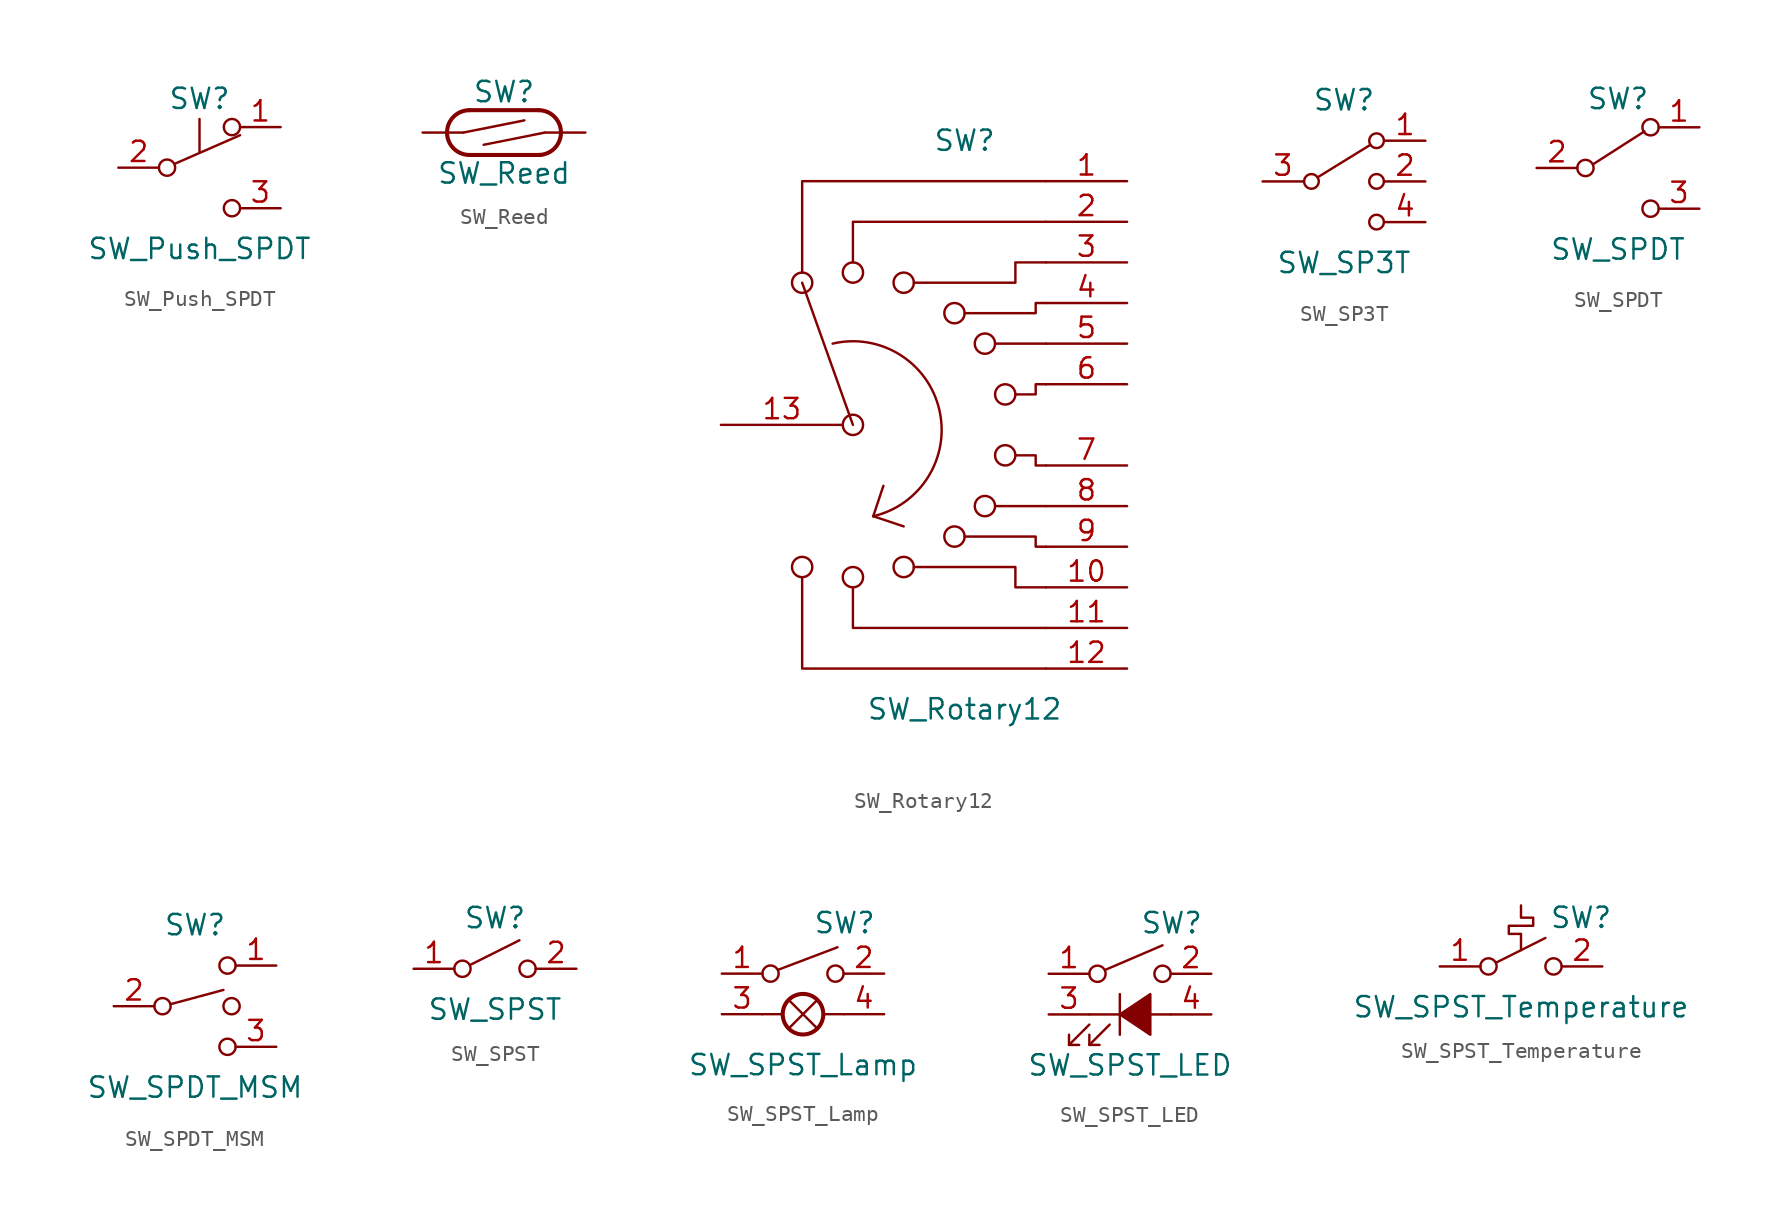
<source format=kicad_sym>
(kicad_symbol_lib
  (version 20201005)
  (generator kicad_symbol_editor)
  (symbol "SW_Push_SPDT"
    (pin_names
      (offset 0) hide)
    (property "Reference" "SW"
      (at 0 4.318 0)
      (effects (font (size 1.27 1.27))))
    (property "Value" "SW_Push_SPDT"
      (at 0 -5.08 0)
      (effects (font (size 1.27 1.27))))
    (symbol "SW_Push_SPDT_0_0"
      (circle (center -2.032 0) (radius 0.508) (stroke (width 0)) (fill (type none)))
      (circle (center 2.032 -2.54) (radius 0.508) (stroke (width 0)) (fill (type none)))
      (polyline (pts (xy 0 1.016) (xy 0 3.048)) (stroke (width 0)) (fill (type none))))
    (symbol "SW_Push_SPDT_0_1"
      (circle (center 2.032 2.54) (radius 0.508) (stroke (width 0)) (fill (type none)))
      (polyline (pts (xy -1.524 0.254) (xy 2.54 2.032)) (stroke (width 0)) (fill (type none))))
    (symbol "SW_Push_SPDT_1_1"
      (pin passive line (at 5.08 2.54 180) (length 2.54) (name "A" (effects (font (size 1.27 1.27)))) (number "1" (effects (font (size 1.27 1.27)))))
      (pin passive line (at -5.08 0 0) (length 2.54) (name "B" (effects (font (size 1.27 1.27)))) (number "2" (effects (font (size 1.27 1.27)))))
      (pin passive line (at 5.08 -2.54 180) (length 2.54) (name "C" (effects (font (size 1.27 1.27)))) (number "3" (effects (font (size 1.27 1.27)))))))
  (symbol "SW_Reed"
    (pin_numbers hide)
    (pin_names
      (offset 0) hide)
    (property "Reference" "SW"
      (at 0 2.54 0)
      (effects (font (size 1.27 1.27))))
    (property "Value" "SW_Reed"
      (at 0 -2.54 0)
      (effects (font (size 1.27 1.27))))
    (symbol "SW_Reed_0_0"
      (arc (start -2.159 1.397) (end -2.159 -1.397) (radius (at -2.159 0) (length 1.397) (angles 90.1 -90.1)) (stroke (width 0.254)) (fill (type none)))
      (arc (start 2.159 -1.397) (end 2.159 1.397) (radius (at 2.159 0) (length 1.397) (angles -89.9 89.9)) (stroke (width 0.254)) (fill (type none)))
      (polyline (pts (xy -2.54 0) (xy 1.27 0.762)) (stroke (width 0)) (fill (type none)))
      (polyline (pts (xy -2.159 -1.397) (xy 2.286 -1.397)) (stroke (width 0.254)) (fill (type none)))
      (polyline (pts (xy 2.159 1.397) (xy -2.159 1.397)) (stroke (width 0.254)) (fill (type none)))
      (polyline (pts (xy 2.54 0) (xy -1.27 -0.762)) (stroke (width 0)) (fill (type none))))
    (symbol "SW_Reed_1_1"
      (pin passive line (at -5.08 0 0) (length 2.54) (name "1" (effects (font (size 1.27 1.27)))) (number "1" (effects (font (size 1.27 1.27)))))
      (pin passive line (at 5.08 0 180) (length 2.54) (name "2" (effects (font (size 1.27 1.27)))) (number "2" (effects (font (size 1.27 1.27)))))))
  (symbol "SW_Rotary12"
    (pin_names
      (offset 1.016) hide)
    (property "Reference" "SW"
      (at 0 17.78 0)
      (effects (font (size 1.27 1.27))))
    (property "Value" "SW_Rotary12"
      (at 0 -17.78 0)
      (effects (font (size 1.27 1.27))))
    (symbol "SW_Rotary12_0_0"
      (arc (start -5.715 -5.715) (end -8.255 5.08) (radius (at -6.985 -0.3302) (length 5.5372) (angles -76.7 103.2)) (stroke (width 0)) (fill (type none)))
      (circle (center -10.16 -8.89) (radius 0.635) (stroke (width 0)) (fill (type none)))
      (circle (center -10.16 8.89) (radius 0.635) (stroke (width 0)) (fill (type none)))
      (circle (center -6.985 -9.525) (radius 0.635) (stroke (width 0)) (fill (type none)))
      (circle (center -6.985 0) (radius 0.635) (stroke (width 0)) (fill (type none)))
      (circle (center -6.985 9.525) (radius 0.635) (stroke (width 0)) (fill (type none)))
      (circle (center -3.81 -8.89) (radius 0.635) (stroke (width 0)) (fill (type none)))
      (circle (center -3.81 8.89) (radius 0.635) (stroke (width 0)) (fill (type none)))
      (circle (center -0.635 -6.985) (radius 0.635) (stroke (width 0)) (fill (type none)))
      (circle (center -0.635 6.985) (radius 0.635) (stroke (width 0)) (fill (type none)))
      (circle (center 1.27 -5.08) (radius 0.635) (stroke (width 0)) (fill (type none)))
      (circle (center 1.27 5.08) (radius 0.635) (stroke (width 0)) (fill (type none)))
      (circle (center 2.54 -1.905) (radius 0.635) (stroke (width 0)) (fill (type none)))
      (circle (center 2.54 1.905) (radius 0.635) (stroke (width 0)) (fill (type none)))
      (polyline (pts (xy -6.985 0) (xy -10.16 8.89)) (stroke (width 0)) (fill (type none)))
      (polyline (pts (xy -5.715 -5.715) (xy -5.08 -3.81)) (stroke (width 0)) (fill (type none)))
      (polyline (pts (xy -5.715 -5.715) (xy -3.81 -6.35)) (stroke (width 0)) (fill (type none)))
      (polyline (pts (xy 1.905 -5.08) (xy 5.08 -5.08)) (stroke (width 0)) (fill (type none)))
      (polyline (pts (xy 1.905 5.08) (xy 5.08 5.08)) (stroke (width 0)) (fill (type none)))
      (polyline (pts (xy -10.16 -9.525) (xy -10.16 -15.24) (xy 5.08 -15.24)) (stroke (width 0)) (fill (type none)))
      (polyline (pts (xy -10.16 9.525) (xy -10.16 15.24) (xy 5.08 15.24)) (stroke (width 0)) (fill (type none)))
      (polyline (pts (xy -6.985 -10.16) (xy -6.985 -12.7) (xy 5.08 -12.7)) (stroke (width 0)) (fill (type none)))
      (polyline (pts (xy -6.985 10.16) (xy -6.985 12.7) (xy 5.08 12.7)) (stroke (width 0)) (fill (type none)))
      (polyline (pts (xy -3.175 -8.89) (xy 3.175 -8.89) (xy 3.175 -10.16) (xy 5.08 -10.16)) (stroke (width 0)) (fill (type none)))
      (polyline (pts (xy -3.175 8.89) (xy 3.175 8.89) (xy 3.175 10.16) (xy 5.08 10.16)) (stroke (width 0)) (fill (type none)))
      (polyline (pts (xy 0 -6.985) (xy 4.445 -6.985) (xy 4.445 -7.62) (xy 5.08 -7.62)) (stroke (width 0)) (fill (type none)))
      (polyline (pts (xy 0 6.985) (xy 4.445 6.985) (xy 4.445 7.62) (xy 5.08 7.62)) (stroke (width 0)) (fill (type none)))
      (polyline (pts (xy 3.175 -1.905) (xy 4.445 -1.905) (xy 4.445 -2.54) (xy 5.08 -2.54)) (stroke (width 0)) (fill (type none)))
      (polyline (pts (xy 3.175 1.905) (xy 4.445 1.905) (xy 4.445 2.54) (xy 5.08 2.54)) (stroke (width 0)) (fill (type none))))
    (symbol "SW_Rotary12_0_1"
      (pin passive line (at 10.16 15.24 180) (length 5.08) (name "1" (effects (font (size 1.27 1.27)))) (number "1" (effects (font (size 1.27 1.27)))))
      (pin passive line (at 10.16 -10.16 180) (length 5.08) (name "10" (effects (font (size 1.27 1.27)))) (number "10" (effects (font (size 1.27 1.27)))))
      (pin passive line (at 10.16 -12.7 180) (length 5.08) (name "11" (effects (font (size 1.27 1.27)))) (number "11" (effects (font (size 1.27 1.27)))))
      (pin passive line (at 10.16 -15.24 180) (length 5.08) (name "12" (effects (font (size 1.27 1.27)))) (number "12" (effects (font (size 1.27 1.27)))))
      (pin passive line (at -15.24 0 0) (length 7.62) (name "13" (effects (font (size 1.27 1.27)))) (number "13" (effects (font (size 1.27 1.27)))))
      (pin passive line (at 10.16 12.7 180) (length 5.08) (name "2" (effects (font (size 1.27 1.27)))) (number "2" (effects (font (size 1.27 1.27)))))
      (pin passive line (at 10.16 10.16 180) (length 5.08) (name "3" (effects (font (size 1.27 1.27)))) (number "3" (effects (font (size 1.27 1.27)))))
      (pin passive line (at 10.16 7.62 180) (length 5.08) (name "4" (effects (font (size 1.27 1.27)))) (number "4" (effects (font (size 1.27 1.27)))))
      (pin passive line (at 10.16 5.08 180) (length 5.08) (name "5" (effects (font (size 1.27 1.27)))) (number "5" (effects (font (size 1.27 1.27)))))
      (pin passive line (at 10.16 2.54 180) (length 5.08) (name "6" (effects (font (size 1.27 1.27)))) (number "6" (effects (font (size 1.27 1.27)))))
      (pin passive line (at 10.16 -2.54 180) (length 5.08) (name "7" (effects (font (size 1.27 1.27)))) (number "7" (effects (font (size 1.27 1.27)))))
      (pin passive line (at 10.16 -5.08 180) (length 5.08) (name "8" (effects (font (size 1.27 1.27)))) (number "8" (effects (font (size 1.27 1.27)))))
      (pin passive line (at 10.16 -7.62 180) (length 5.08) (name "9" (effects (font (size 1.27 1.27)))) (number "9" (effects (font (size 1.27 1.27)))))))
  (symbol "SW_SP3T"
    (pin_names
      (offset 0) hide)
    (property "Reference" "SW"
      (at 0 5.08 0)
      (effects (font (size 1.27 1.27))))
    (property "Value" "SW_SP3T"
      (at 0 -5.08 0)
      (effects (font (size 1.27 1.27))))
    (symbol "SW_SP3T_0_1"
      (circle (center -2.032 0) (radius 0.457) (stroke (width 0)) (fill (type none)))
      (circle (center 2.032 -2.54) (radius 0.457) (stroke (width 0)) (fill (type none)))
      (circle (center 2.032 0) (radius 0.457) (stroke (width 0)) (fill (type none)))
      (circle (center 2.032 2.54) (radius 0.457) (stroke (width 0)) (fill (type none)))
      (polyline (pts (xy -1.651 0.254) (xy 1.651 2.286)) (stroke (width 0)) (fill (type none))))
    (symbol "SW_SP3T_1_1"
      (pin passive line (at 5.08 2.54 180) (length 2.54) (name "1" (effects (font (size 1.27 1.27)))) (number "1" (effects (font (size 1.27 1.27)))))
      (pin passive line (at 5.08 0 180) (length 2.54) (name "2" (effects (font (size 1.27 1.27)))) (number "2" (effects (font (size 1.27 1.27)))))
      (pin passive line (at -5.08 0 0) (length 2.54) (name "3" (effects (font (size 1.27 1.27)))) (number "3" (effects (font (size 1.27 1.27)))))
      (pin passive line (at 5.08 -2.54 180) (length 2.54) (name "4" (effects (font (size 1.27 1.27)))) (number "4" (effects (font (size 1.27 1.27)))))))
  (symbol "SW_SPDT"
    (pin_names
      (offset 0) hide)
    (property "Reference" "SW"
      (at 0 4.318 0)
      (effects (font (size 1.27 1.27))))
    (property "Value" "SW_SPDT"
      (at 0 -5.08 0)
      (effects (font (size 1.27 1.27))))
    (symbol "SW_SPDT_0_0"
      (circle (center -2.032 0) (radius 0.508) (stroke (width 0)) (fill (type none)))
      (circle (center 2.032 -2.54) (radius 0.508) (stroke (width 0)) (fill (type none))))
    (symbol "SW_SPDT_0_1"
      (circle (center 2.032 2.54) (radius 0.508) (stroke (width 0)) (fill (type none)))
      (polyline (pts (xy -1.524 0.254) (xy 1.651 2.286)) (stroke (width 0)) (fill (type none))))
    (symbol "SW_SPDT_1_1"
      (pin passive line (at 5.08 2.54 180) (length 2.54) (name "A" (effects (font (size 1.27 1.27)))) (number "1" (effects (font (size 1.27 1.27)))))
      (pin passive line (at -5.08 0 0) (length 2.54) (name "B" (effects (font (size 1.27 1.27)))) (number "2" (effects (font (size 1.27 1.27)))))
      (pin passive line (at 5.08 -2.54 180) (length 2.54) (name "C" (effects (font (size 1.27 1.27)))) (number "3" (effects (font (size 1.27 1.27)))))))
  (symbol "SW_SPDT_MSM"
    (pin_names
      (offset 0) hide)
    (property "Reference" "SW"
      (at 0 5.08 0)
      (effects (font (size 1.27 1.27))))
    (property "Value" "SW_SPDT_MSM"
      (at 0 -5.08 0)
      (effects (font (size 1.27 1.27))))
    (symbol "SW_SPDT_MSM_0_0"
      (circle (center -2.032 0) (radius 0.508) (stroke (width 0)) (fill (type none)))
      (circle (center 2.032 -2.54) (radius 0.508) (stroke (width 0)) (fill (type none)))
      (polyline (pts (xy -1.524 0.127) (xy 1.778 1.016)) (stroke (width 0)) (fill (type none))))
    (symbol "SW_SPDT_MSM_0_1"
      (circle (center 2.032 2.54) (radius 0.508) (stroke (width 0)) (fill (type none)))
      (circle (center 2.286 0) (radius 0.508) (stroke (width 0)) (fill (type none))))
    (symbol "SW_SPDT_MSM_1_1"
      (pin passive line (at 5.08 2.54 180) (length 2.54) (name "1" (effects (font (size 1.27 1.27)))) (number "1" (effects (font (size 1.27 1.27)))))
      (pin passive line (at -5.08 0 0) (length 2.54) (name "2" (effects (font (size 1.27 1.27)))) (number "2" (effects (font (size 1.27 1.27)))))
      (pin passive line (at 5.08 -2.54 180) (length 2.54) (name "3" (effects (font (size 1.27 1.27)))) (number "3" (effects (font (size 1.27 1.27)))))))
  (symbol "SW_SPST"
    (pin_names
      (offset 0) hide)
    (property "Reference" "SW"
      (at 0 3.175 0)
      (effects (font (size 1.27 1.27))))
    (property "Value" "SW_SPST"
      (at 0 -2.54 0)
      (effects (font (size 1.27 1.27))))
    (symbol "SW_SPST_0_0"
      (circle (center -2.032 0) (radius 0.508) (stroke (width 0)) (fill (type none)))
      (circle (center 2.032 0) (radius 0.508) (stroke (width 0)) (fill (type none)))
      (polyline (pts (xy -1.524 0.254) (xy 1.524 1.778)) (stroke (width 0)) (fill (type none))))
    (symbol "SW_SPST_1_1"
      (pin passive line (at -5.08 0 0) (length 2.54) (name "A" (effects (font (size 1.27 1.27)))) (number "1" (effects (font (size 1.27 1.27)))))
      (pin passive line (at 5.08 0 180) (length 2.54) (name "B" (effects (font (size 1.27 1.27)))) (number "2" (effects (font (size 1.27 1.27)))))))
  (symbol "SW_SPST_Lamp"
    (pin_names
      (offset 1.016) hide)
    (property "Reference" "SW"
      (at 0.635 5.715 0)
      (effects (font (size 1.27 1.27)) (justify left)))
    (property "Value" "SW_SPST_Lamp"
      (at 0 -3.175 0)
      (effects (font (size 1.27 1.27))))
    (symbol "SW_SPST_Lamp_0_1"
      (circle (center -2.032 2.54) (radius 0.508) (stroke (width 0)) (fill (type none)))
      (circle (center 0 0) (radius 1.27) (stroke (width 0.254)) (fill (type none)))
      (circle (center 2.032 2.54) (radius 0.508) (stroke (width 0)) (fill (type none)))
      (polyline (pts (xy -2.54 0) (xy -1.27 0)) (stroke (width 0)) (fill (type none)))
      (polyline (pts (xy -1.524 2.794) (xy 2.159 4.191)) (stroke (width 0)) (fill (type none)))
      (polyline (pts (xy -0.889 -0.889) (xy 0.889 0.889)) (stroke (width 0)) (fill (type none)))
      (polyline (pts (xy 0.889 -0.889) (xy -0.889 0.889)) (stroke (width 0)) (fill (type none)))
      (polyline (pts (xy 2.54 0) (xy 1.27 0)) (stroke (width 0)) (fill (type none)))
      (pin passive line (at -5.08 2.54 0) (length 2.54) (name "1" (effects (font (size 1.27 1.27)))) (number "1" (effects (font (size 1.27 1.27)))))
      (pin passive line (at 5.08 2.54 180) (length 2.54) (name "2" (effects (font (size 1.27 1.27)))) (number "2" (effects (font (size 1.27 1.27)))))
      (pin passive line (at -5.08 0 0) (length 2.54) (name "L" (effects (font (size 1.27 1.27)))) (number "3" (effects (font (size 1.27 1.27)))))
      (pin passive line (at 5.08 0 180) (length 2.54) (name "L" (effects (font (size 1.27 1.27)))) (number "4" (effects (font (size 1.27 1.27)))))))
  (symbol "SW_SPST_LED"
    (pin_names
      (offset 1.016) hide)
    (property "Reference" "SW"
      (at 0.635 5.715 0)
      (effects (font (size 1.27 1.27)) (justify left)))
    (property "Value" "SW_SPST_LED"
      (at 0 -3.175 0)
      (effects (font (size 1.27 1.27))))
    (symbol "SW_SPST_LED_0_0"
      (polyline (pts (xy -3.81 -1.905) (xy -2.54 -0.635)) (stroke (width 0)) (fill (type none)))
      (polyline (pts (xy -2.54 -1.905) (xy -1.27 -0.635)) (stroke (width 0)) (fill (type none)))
      (polyline (pts (xy -2.54 0) (xy 2.54 0)) (stroke (width 0)) (fill (type none)))
      (polyline (pts (xy -0.635 1.27) (xy -0.635 -1.27)) (stroke (width 0)) (fill (type none)))
      (polyline (pts (xy -3.81 -1.27) (xy -3.81 -1.905) (xy -3.175 -1.905)) (stroke (width 0)) (fill (type none)))
      (polyline (pts (xy -2.54 -1.27) (xy -2.54 -1.905) (xy -1.905 -1.905)) (stroke (width 0)) (fill (type none)))
      (polyline (pts (xy -0.635 0) (xy 1.27 1.27) (xy 1.27 -1.27) (xy -0.635 0)) (stroke (width 0)) (fill (type outline))))
    (symbol "SW_SPST_LED_0_1"
      (circle (center -2.032 2.54) (radius 0.508) (stroke (width 0)) (fill (type none)))
      (circle (center 2.032 2.54) (radius 0.508) (stroke (width 0)) (fill (type none)))
      (polyline (pts (xy -1.524 2.794) (xy 2.032 4.318)) (stroke (width 0)) (fill (type none)))
      (pin passive line (at -5.08 2.54 0) (length 2.54) (name "1" (effects (font (size 1.27 1.27)))) (number "1" (effects (font (size 1.27 1.27)))))
      (pin passive line (at 5.08 2.54 180) (length 2.54) (name "2" (effects (font (size 1.27 1.27)))) (number "2" (effects (font (size 1.27 1.27)))))
      (pin passive line (at -5.08 0 0) (length 2.54) (name "K" (effects (font (size 1.27 1.27)))) (number "3" (effects (font (size 1.27 1.27)))))
      (pin passive line (at 5.08 0 180) (length 2.54) (name "A" (effects (font (size 1.27 1.27)))) (number "4" (effects (font (size 1.27 1.27)))))))
  (symbol "SW_SPST_Temperature"
    (pin_names
      (offset 0) hide)
    (property "Reference" "SW"
      (at 1.778 3.048 0)
      (effects (font (size 1.27 1.27)) (justify left)))
    (property "Value" "SW_SPST_Temperature"
      (at 0 -2.54 0)
      (effects (font (size 1.27 1.27))))
    (symbol "SW_SPST_Temperature_0_0"
      (circle (center -2.032 0) (radius 0.508) (stroke (width 0)) (fill (type none)))
      (circle (center 2.032 0) (radius 0.508) (stroke (width 0)) (fill (type none)))
      (polyline (pts (xy -1.524 0.254) (xy 1.524 1.778)) (stroke (width 0)) (fill (type none)))
      (polyline (pts (xy 0 1.016) (xy 0 2.032) (xy -0.762 2.032) (xy -0.762 2.54) (xy 0.762 2.54) (xy 0.762 3.048) (xy 0 3.048) (xy 0 3.81)) (stroke (width 0)) (fill (type none))))
    (symbol "SW_SPST_Temperature_1_1"
      (pin passive line (at -5.08 0 0) (length 2.54) (name "A" (effects (font (size 1.27 1.27)))) (number "1" (effects (font (size 1.27 1.27)))))
      (pin passive line (at 5.08 0 180) (length 2.54) (name "B" (effects (font (size 1.27 1.27)))) (number "2" (effects (font (size 1.27 1.27))))))))
</source>
